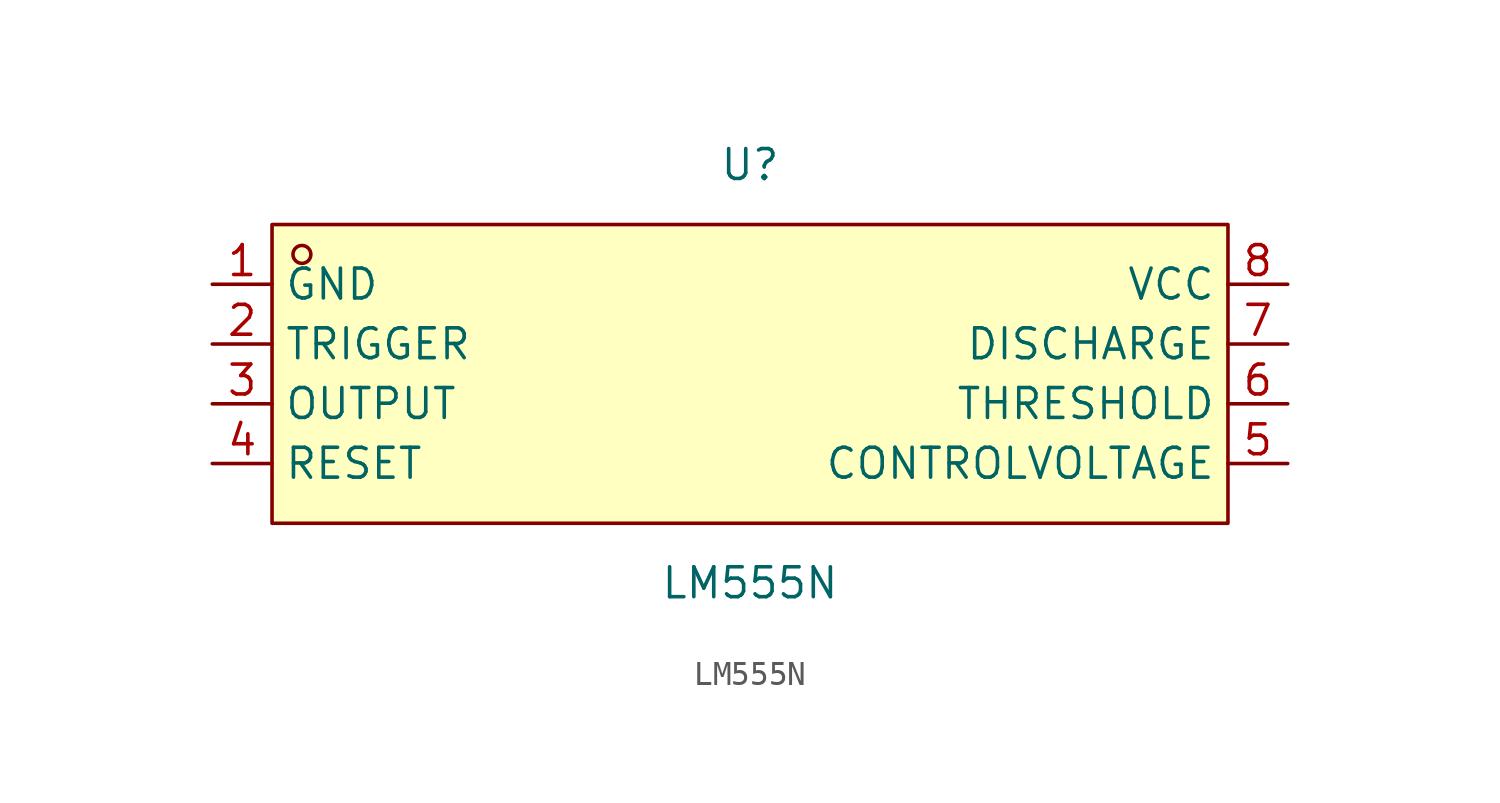
<source format=kicad_sym>
(kicad_symbol_lib
  (version 20211014)
  (generator https://github.com/uPesy/easyeda2kicad.py)
  (symbol "LM555N"
    (property "Reference" "U"
      (at 0 8.89 0)
      (effects (font (size 1.27 1.27))))
    (property "Value" "LM555N"
      (at 0 -8.89 0)
      (effects (font (size 1.27 1.27))))
    (symbol "LM555N_0_1"
      (rectangle (start -20.32 6.35) (end 20.32 -6.35) (stroke (width 0) (type default) (color 0 0 0 0)) (fill (type background)))
      (circle (center -19.05 5.08) (radius 0.38) (stroke (width 0) (type default) (color 0 0 0 0)) (fill (type none)))
      (pin unspecified line (at -22.86 3.81 0) (length 2.54) (name "GND" (effects (font (size 1.27 1.27)))) (number "1" (effects (font (size 1.27 1.27)))))
      (pin unspecified line (at -22.86 1.27 0) (length 2.54) (name "TRIGGER" (effects (font (size 1.27 1.27)))) (number "2" (effects (font (size 1.27 1.27)))))
      (pin unspecified line (at -22.86 -1.27 0) (length 2.54) (name "OUTPUT" (effects (font (size 1.27 1.27)))) (number "3" (effects (font (size 1.27 1.27)))))
      (pin unspecified line (at -22.86 -3.81 0) (length 2.54) (name "RESET" (effects (font (size 1.27 1.27)))) (number "4" (effects (font (size 1.27 1.27)))))
      (pin unspecified line (at 22.86 -3.81 180) (length 2.54) (name "CONTROLVOLTAGE" (effects (font (size 1.27 1.27)))) (number "5" (effects (font (size 1.27 1.27)))))
      (pin unspecified line (at 22.86 -1.27 180) (length 2.54) (name "THRESHOLD" (effects (font (size 1.27 1.27)))) (number "6" (effects (font (size 1.27 1.27)))))
      (pin unspecified line (at 22.86 1.27 180) (length 2.54) (name "DISCHARGE" (effects (font (size 1.27 1.27)))) (number "7" (effects (font (size 1.27 1.27)))))
      (pin unspecified line (at 22.86 3.81 180) (length 2.54) (name "VCC" (effects (font (size 1.27 1.27)))) (number "8" (effects (font (size 1.27 1.27))))))))
</source>
